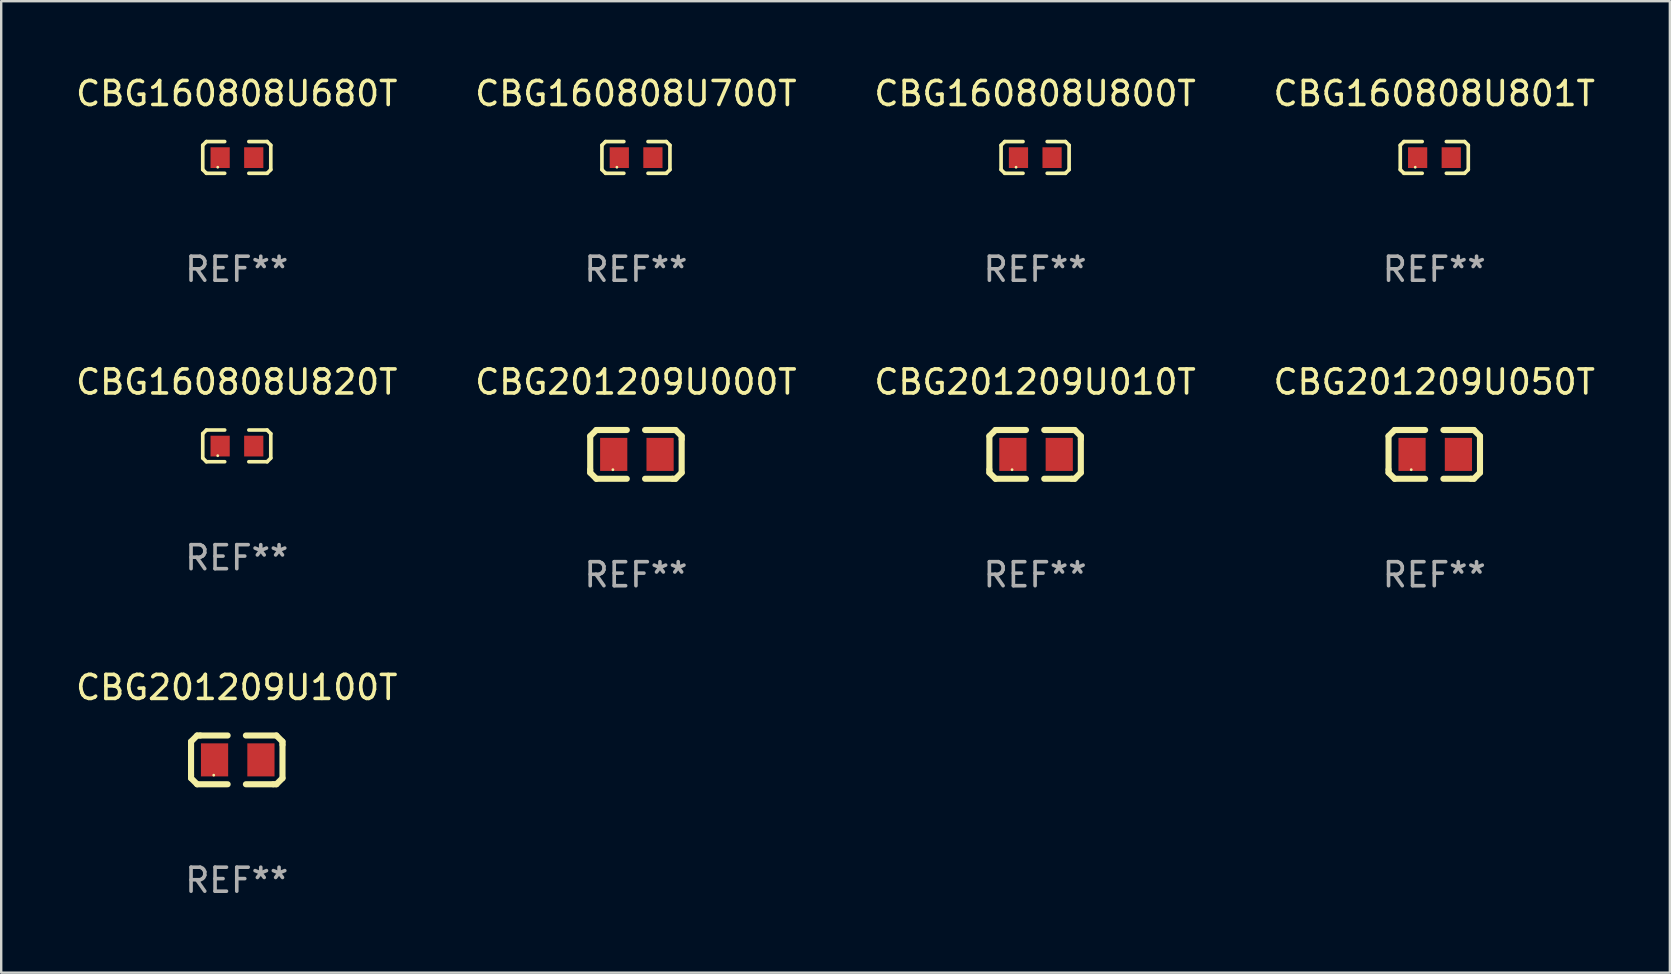
<source format=kicad_pcb>
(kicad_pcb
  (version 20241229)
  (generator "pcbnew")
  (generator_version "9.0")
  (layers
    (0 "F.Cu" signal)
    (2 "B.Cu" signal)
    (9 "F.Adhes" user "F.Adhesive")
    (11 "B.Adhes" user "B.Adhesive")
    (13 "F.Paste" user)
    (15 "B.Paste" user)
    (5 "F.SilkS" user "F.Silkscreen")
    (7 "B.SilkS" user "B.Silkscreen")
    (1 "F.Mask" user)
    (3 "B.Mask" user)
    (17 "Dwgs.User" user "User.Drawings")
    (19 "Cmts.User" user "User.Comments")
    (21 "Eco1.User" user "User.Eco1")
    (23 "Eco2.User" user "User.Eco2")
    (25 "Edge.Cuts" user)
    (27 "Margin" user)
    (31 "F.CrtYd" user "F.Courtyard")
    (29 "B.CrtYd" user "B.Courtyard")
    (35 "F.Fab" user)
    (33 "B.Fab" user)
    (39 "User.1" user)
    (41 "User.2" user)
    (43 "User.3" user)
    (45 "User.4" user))
  (footprint "CBG160808U700T"
    (layer "F.Cu")
    (at 23.446 3.509)
    (property "Reference" "CBG160808U700T" (at 0 -2.661 0) (layer "F.SilkS") (effects (font (size 1 1) (thickness 0.15))))
    (attr through_hole)
    (fp_line (start -1.417 -0.508) (end -1.265 -0.661) (stroke (width 0.152) (type solid)) (layer "F.SilkS"))
    (fp_line (start -1.417 0.508) (end -1.417 -0.508) (stroke (width 0.152) (type solid)) (layer "F.SilkS"))
    (fp_line (start -1.265 -0.661) (end -0.503 -0.661) (stroke (width 0.152) (type solid)) (layer "F.SilkS"))
    (fp_line (start -1.265 0.661) (end -1.417 0.508) (stroke (width 0.152) (type solid)) (layer "F.SilkS"))
    (fp_line (start -1.265 0.661) (end -0.503 0.661) (stroke (width 0.152) (type solid)) (layer "F.SilkS"))
    (fp_line (start 1.265 -0.661) (end 0.503 -0.661) (stroke (width 0.152) (type solid)) (layer "F.SilkS"))
    (fp_line (start 1.265 -0.661) (end 1.417 -0.508) (stroke (width 0.152) (type solid)) (layer "F.SilkS"))
    (fp_line (start 1.265 0.661) (end 0.503 0.661) (stroke (width 0.152) (type solid)) (layer "F.SilkS"))
    (fp_line (start 1.417 -0.508) (end 1.417 0.508) (stroke (width 0.152) (type solid)) (layer "F.SilkS"))
    (fp_line (start 1.417 0.508) (end 1.265 0.661) (stroke (width 0.152) (type solid)) (layer "F.SilkS"))
    (fp_circle (center -0.793 0.409) (end -0.763 0.409) (stroke (width 0.06) (type solid)) (fill no) (layer "F.SilkS"))
    (fp_text user "REF**" (at 0 4.661 0) (layer "F.Fab") (effects (font (size 1 1) (thickness 0.15))))
    (pad "1" smd rect (at -0.693 0.009 180) (size 0.8 0.864) (layers "F.Cu" "F.Mask" "F.Paste"))
    (pad "2" smd rect (at 0.707 0.009 180) (size 0.8 0.864) (layers "F.Cu" "F.Mask" "F.Paste")))
  (footprint "CBG201209U100T"
    (layer "F.Cu")
    (at 6.815 28.61)
    (property "Reference" "CBG201209U100T" (at 0 -3.016 0) (layer "F.SilkS") (effects (font (size 1 1) (thickness 0.15))))
    (attr through_hole)
    (fp_line (start -1.905 -0.762) (end -1.905 0.635) (stroke (width 0.254) (type solid)) (layer "F.SilkS"))
    (fp_line (start -1.905 0.635) (end -1.905 0.762) (stroke (width 0.254) (type solid)) (layer "F.SilkS"))
    (fp_line (start -1.905 0.762) (end -1.651 1.016) (stroke (width 0.254) (type solid)) (layer "F.SilkS"))
    (fp_line (start -1.651 -1.016) (end -1.905 -0.762) (stroke (width 0.254) (type solid)) (layer "F.SilkS"))
    (fp_line (start -1.651 1.016) (end -0.381 1.016) (stroke (width 0.254) (type solid)) (layer "F.SilkS"))
    (fp_line (start -1.524 -1.016) (end -1.651 -1.016) (stroke (width 0.254) (type solid)) (layer "F.SilkS"))
    (fp_line (start -0.381 -1.016) (end -1.524 -1.016) (stroke (width 0.254) (type solid)) (layer "F.SilkS"))
    (fp_line (start 0.381 1.016) (end 1.524 1.016) (stroke (width 0.254) (type solid)) (layer "F.SilkS"))
    (fp_line (start 1.524 1.016) (end 1.651 1.016) (stroke (width 0.254) (type solid)) (layer "F.SilkS"))
    (fp_line (start 1.651 -1.016) (end 0.381 -1.016) (stroke (width 0.254) (type solid)) (layer "F.SilkS"))
    (fp_line (start 1.651 1.016) (end 1.905 0.762) (stroke (width 0.254) (type solid)) (layer "F.SilkS"))
    (fp_line (start 1.905 -0.762) (end 1.651 -1.016) (stroke (width 0.254) (type solid)) (layer "F.SilkS"))
    (fp_line (start 1.905 -0.635) (end 1.905 -0.762) (stroke (width 0.254) (type solid)) (layer "F.SilkS"))
    (fp_line (start 1.905 0.762) (end 1.905 -0.635) (stroke (width 0.254) (type solid)) (layer "F.SilkS"))
    (fp_circle (center -0.96 0.637) (end -0.93 0.637) (stroke (width 0.06) (type solid)) (fill no) (layer "F.SilkS"))
    (fp_text user "REF**" (at 0 5.016 0) (layer "F.Fab") (effects (font (size 1 1) (thickness 0.15))))
    (pad "1" smd rect (at -0.926 -0.000051) (size 1.133 1.377) (layers "F.Cu" "F.Mask" "F.Paste"))
    (pad "2" smd rect (at 1.006 -0.000051) (size 1.133 1.377) (layers "F.Cu" "F.Mask" "F.Paste")))
  (footprint "CBG201209U010T"
    (layer "F.Cu")
    (at 40.077 15.882)
    (property "Reference" "CBG201209U010T" (at 0 -3.016 0) (layer "F.SilkS") (effects (font (size 1 1) (thickness 0.15))))
    (attr through_hole)
    (fp_line (start -1.905 -0.762) (end -1.905 0.635) (stroke (width 0.254) (type solid)) (layer "F.SilkS"))
    (fp_line (start -1.905 0.635) (end -1.905 0.762) (stroke (width 0.254) (type solid)) (layer "F.SilkS"))
    (fp_line (start -1.905 0.762) (end -1.651 1.016) (stroke (width 0.254) (type solid)) (layer "F.SilkS"))
    (fp_line (start -1.651 -1.016) (end -1.905 -0.762) (stroke (width 0.254) (type solid)) (layer "F.SilkS"))
    (fp_line (start -1.651 1.016) (end -0.381 1.016) (stroke (width 0.254) (type solid)) (layer "F.SilkS"))
    (fp_line (start -1.524 -1.016) (end -1.651 -1.016) (stroke (width 0.254) (type solid)) (layer "F.SilkS"))
    (fp_line (start -0.381 -1.016) (end -1.524 -1.016) (stroke (width 0.254) (type solid)) (layer "F.SilkS"))
    (fp_line (start 0.381 1.016) (end 1.524 1.016) (stroke (width 0.254) (type solid)) (layer "F.SilkS"))
    (fp_line (start 1.524 1.016) (end 1.651 1.016) (stroke (width 0.254) (type solid)) (layer "F.SilkS"))
    (fp_line (start 1.651 -1.016) (end 0.381 -1.016) (stroke (width 0.254) (type solid)) (layer "F.SilkS"))
    (fp_line (start 1.651 1.016) (end 1.905 0.762) (stroke (width 0.254) (type solid)) (layer "F.SilkS"))
    (fp_line (start 1.905 -0.762) (end 1.651 -1.016) (stroke (width 0.254) (type solid)) (layer "F.SilkS"))
    (fp_line (start 1.905 -0.635) (end 1.905 -0.762) (stroke (width 0.254) (type solid)) (layer "F.SilkS"))
    (fp_line (start 1.905 0.762) (end 1.905 -0.635) (stroke (width 0.254) (type solid)) (layer "F.SilkS"))
    (fp_circle (center -0.96 0.637) (end -0.93 0.637) (stroke (width 0.06) (type solid)) (fill no) (layer "F.SilkS"))
    (fp_text user "REF**" (at 0 5.016 0) (layer "F.Fab") (effects (font (size 1 1) (thickness 0.15))))
    (pad "1" smd rect (at -0.926 -0.000051) (size 1.133 1.377) (layers "F.Cu" "F.Mask" "F.Paste"))
    (pad "2" smd rect (at 1.006 -0.000051) (size 1.133 1.377) (layers "F.Cu" "F.Mask" "F.Paste")))
  (footprint "CBG160808U800T"
    (layer "F.Cu")
    (at 40.077 3.509)
    (property "Reference" "CBG160808U800T" (at 0 -2.661 0) (layer "F.SilkS") (effects (font (size 1 1) (thickness 0.15))))
    (attr through_hole)
    (fp_line (start -1.417 -0.508) (end -1.265 -0.661) (stroke (width 0.152) (type solid)) (layer "F.SilkS"))
    (fp_line (start -1.417 0.508) (end -1.417 -0.508) (stroke (width 0.152) (type solid)) (layer "F.SilkS"))
    (fp_line (start -1.265 -0.661) (end -0.503 -0.661) (stroke (width 0.152) (type solid)) (layer "F.SilkS"))
    (fp_line (start -1.265 0.661) (end -1.417 0.508) (stroke (width 0.152) (type solid)) (layer "F.SilkS"))
    (fp_line (start -1.265 0.661) (end -0.503 0.661) (stroke (width 0.152) (type solid)) (layer "F.SilkS"))
    (fp_line (start 1.265 -0.661) (end 0.503 -0.661) (stroke (width 0.152) (type solid)) (layer "F.SilkS"))
    (fp_line (start 1.265 -0.661) (end 1.417 -0.508) (stroke (width 0.152) (type solid)) (layer "F.SilkS"))
    (fp_line (start 1.265 0.661) (end 0.503 0.661) (stroke (width 0.152) (type solid)) (layer "F.SilkS"))
    (fp_line (start 1.417 -0.508) (end 1.417 0.508) (stroke (width 0.152) (type solid)) (layer "F.SilkS"))
    (fp_line (start 1.417 0.508) (end 1.265 0.661) (stroke (width 0.152) (type solid)) (layer "F.SilkS"))
    (fp_circle (center -0.793 0.409) (end -0.763 0.409) (stroke (width 0.06) (type solid)) (fill no) (layer "F.SilkS"))
    (fp_text user "REF**" (at 0 4.661 0) (layer "F.Fab") (effects (font (size 1 1) (thickness 0.15))))
    (pad "1" smd rect (at -0.693 0.009 180) (size 0.8 0.864) (layers "F.Cu" "F.Mask" "F.Paste"))
    (pad "2" smd rect (at 0.707 0.009 180) (size 0.8 0.864) (layers "F.Cu" "F.Mask" "F.Paste")))
  (footprint "CBG160808U801T"
    (layer "F.Cu")
    (at 56.708 3.509)
    (property "Reference" "CBG160808U801T" (at 0 -2.661 0) (layer "F.SilkS") (effects (font (size 1 1) (thickness 0.15))))
    (attr through_hole)
    (fp_line (start -1.417 -0.508) (end -1.265 -0.661) (stroke (width 0.152) (type solid)) (layer "F.SilkS"))
    (fp_line (start -1.417 0.508) (end -1.417 -0.508) (stroke (width 0.152) (type solid)) (layer "F.SilkS"))
    (fp_line (start -1.265 -0.661) (end -0.503 -0.661) (stroke (width 0.152) (type solid)) (layer "F.SilkS"))
    (fp_line (start -1.265 0.661) (end -1.417 0.508) (stroke (width 0.152) (type solid)) (layer "F.SilkS"))
    (fp_line (start -1.265 0.661) (end -0.503 0.661) (stroke (width 0.152) (type solid)) (layer "F.SilkS"))
    (fp_line (start 1.265 -0.661) (end 0.503 -0.661) (stroke (width 0.152) (type solid)) (layer "F.SilkS"))
    (fp_line (start 1.265 -0.661) (end 1.417 -0.508) (stroke (width 0.152) (type solid)) (layer "F.SilkS"))
    (fp_line (start 1.265 0.661) (end 0.503 0.661) (stroke (width 0.152) (type solid)) (layer "F.SilkS"))
    (fp_line (start 1.417 -0.508) (end 1.417 0.508) (stroke (width 0.152) (type solid)) (layer "F.SilkS"))
    (fp_line (start 1.417 0.508) (end 1.265 0.661) (stroke (width 0.152) (type solid)) (layer "F.SilkS"))
    (fp_circle (center -0.793 0.409) (end -0.763 0.409) (stroke (width 0.06) (type solid)) (fill no) (layer "F.SilkS"))
    (fp_text user "REF**" (at 0 4.661 0) (layer "F.Fab") (effects (font (size 1 1) (thickness 0.15))))
    (pad "1" smd rect (at -0.693 0.009 180) (size 0.8 0.864) (layers "F.Cu" "F.Mask" "F.Paste"))
    (pad "2" smd rect (at 0.707 0.009 180) (size 0.8 0.864) (layers "F.Cu" "F.Mask" "F.Paste")))
  (footprint "CBG160808U820T"
    (layer "F.Cu")
    (at 6.815 15.527)
    (property "Reference" "CBG160808U820T" (at 0 -2.661 0) (layer "F.SilkS") (effects (font (size 1 1) (thickness 0.15))))
    (attr through_hole)
    (fp_line (start -1.417 -0.508) (end -1.265 -0.661) (stroke (width 0.152) (type solid)) (layer "F.SilkS"))
    (fp_line (start -1.417 0.508) (end -1.417 -0.508) (stroke (width 0.152) (type solid)) (layer "F.SilkS"))
    (fp_line (start -1.265 -0.661) (end -0.503 -0.661) (stroke (width 0.152) (type solid)) (layer "F.SilkS"))
    (fp_line (start -1.265 0.661) (end -1.417 0.508) (stroke (width 0.152) (type solid)) (layer "F.SilkS"))
    (fp_line (start -1.265 0.661) (end -0.503 0.661) (stroke (width 0.152) (type solid)) (layer "F.SilkS"))
    (fp_line (start 1.265 -0.661) (end 0.503 -0.661) (stroke (width 0.152) (type solid)) (layer "F.SilkS"))
    (fp_line (start 1.265 -0.661) (end 1.417 -0.508) (stroke (width 0.152) (type solid)) (layer "F.SilkS"))
    (fp_line (start 1.265 0.661) (end 0.503 0.661) (stroke (width 0.152) (type solid)) (layer "F.SilkS"))
    (fp_line (start 1.417 -0.508) (end 1.417 0.508) (stroke (width 0.152) (type solid)) (layer "F.SilkS"))
    (fp_line (start 1.417 0.508) (end 1.265 0.661) (stroke (width 0.152) (type solid)) (layer "F.SilkS"))
    (fp_circle (center -0.793 0.409) (end -0.763 0.409) (stroke (width 0.06) (type solid)) (fill no) (layer "F.SilkS"))
    (fp_text user "REF**" (at 0 4.661 0) (layer "F.Fab") (effects (font (size 1 1) (thickness 0.15))))
    (pad "1" smd rect (at -0.693 0.009 180) (size 0.8 0.864) (layers "F.Cu" "F.Mask" "F.Paste"))
    (pad "2" smd rect (at 0.707 0.009 180) (size 0.8 0.864) (layers "F.Cu" "F.Mask" "F.Paste")))
  (footprint "CBG201209U000T"
    (layer "F.Cu")
    (at 23.446 15.882)
    (property "Reference" "CBG201209U000T" (at 0 -3.016 0) (layer "F.SilkS") (effects (font (size 1 1) (thickness 0.15))))
    (attr through_hole)
    (fp_line (start -1.905 -0.762) (end -1.905 0.635) (stroke (width 0.254) (type solid)) (layer "F.SilkS"))
    (fp_line (start -1.905 0.635) (end -1.905 0.762) (stroke (width 0.254) (type solid)) (layer "F.SilkS"))
    (fp_line (start -1.905 0.762) (end -1.651 1.016) (stroke (width 0.254) (type solid)) (layer "F.SilkS"))
    (fp_line (start -1.651 -1.016) (end -1.905 -0.762) (stroke (width 0.254) (type solid)) (layer "F.SilkS"))
    (fp_line (start -1.651 1.016) (end -0.381 1.016) (stroke (width 0.254) (type solid)) (layer "F.SilkS"))
    (fp_line (start -1.524 -1.016) (end -1.651 -1.016) (stroke (width 0.254) (type solid)) (layer "F.SilkS"))
    (fp_line (start -0.381 -1.016) (end -1.524 -1.016) (stroke (width 0.254) (type solid)) (layer "F.SilkS"))
    (fp_line (start 0.381 1.016) (end 1.524 1.016) (stroke (width 0.254) (type solid)) (layer "F.SilkS"))
    (fp_line (start 1.524 1.016) (end 1.651 1.016) (stroke (width 0.254) (type solid)) (layer "F.SilkS"))
    (fp_line (start 1.651 -1.016) (end 0.381 -1.016) (stroke (width 0.254) (type solid)) (layer "F.SilkS"))
    (fp_line (start 1.651 1.016) (end 1.905 0.762) (stroke (width 0.254) (type solid)) (layer "F.SilkS"))
    (fp_line (start 1.905 -0.762) (end 1.651 -1.016) (stroke (width 0.254) (type solid)) (layer "F.SilkS"))
    (fp_line (start 1.905 -0.635) (end 1.905 -0.762) (stroke (width 0.254) (type solid)) (layer "F.SilkS"))
    (fp_line (start 1.905 0.762) (end 1.905 -0.635) (stroke (width 0.254) (type solid)) (layer "F.SilkS"))
    (fp_circle (center -0.96 0.637) (end -0.93 0.637) (stroke (width 0.06) (type solid)) (fill no) (layer "F.SilkS"))
    (fp_text user "REF**" (at 0 5.016 0) (layer "F.Fab") (effects (font (size 1 1) (thickness 0.15))))
    (pad "1" smd rect (at -0.926 -0.000051) (size 1.133 1.377) (layers "F.Cu" "F.Mask" "F.Paste"))
    (pad "2" smd rect (at 1.006 -0.000051) (size 1.133 1.377) (layers "F.Cu" "F.Mask" "F.Paste")))
  (footprint "CBG160808U680T"
    (layer "F.Cu")
    (at 6.815 3.509)
    (property "Reference" "CBG160808U680T" (at 0 -2.661 0) (layer "F.SilkS") (effects (font (size 1 1) (thickness 0.15))))
    (attr through_hole)
    (fp_line (start -1.417 -0.508) (end -1.265 -0.661) (stroke (width 0.152) (type solid)) (layer "F.SilkS"))
    (fp_line (start -1.417 0.508) (end -1.417 -0.508) (stroke (width 0.152) (type solid)) (layer "F.SilkS"))
    (fp_line (start -1.265 -0.661) (end -0.503 -0.661) (stroke (width 0.152) (type solid)) (layer "F.SilkS"))
    (fp_line (start -1.265 0.661) (end -1.417 0.508) (stroke (width 0.152) (type solid)) (layer "F.SilkS"))
    (fp_line (start -1.265 0.661) (end -0.503 0.661) (stroke (width 0.152) (type solid)) (layer "F.SilkS"))
    (fp_line (start 1.265 -0.661) (end 0.503 -0.661) (stroke (width 0.152) (type solid)) (layer "F.SilkS"))
    (fp_line (start 1.265 -0.661) (end 1.417 -0.508) (stroke (width 0.152) (type solid)) (layer "F.SilkS"))
    (fp_line (start 1.265 0.661) (end 0.503 0.661) (stroke (width 0.152) (type solid)) (layer "F.SilkS"))
    (fp_line (start 1.417 -0.508) (end 1.417 0.508) (stroke (width 0.152) (type solid)) (layer "F.SilkS"))
    (fp_line (start 1.417 0.508) (end 1.265 0.661) (stroke (width 0.152) (type solid)) (layer "F.SilkS"))
    (fp_circle (center -0.793 0.409) (end -0.763 0.409) (stroke (width 0.06) (type solid)) (fill no) (layer "F.SilkS"))
    (fp_text user "REF**" (at 0 4.661 0) (layer "F.Fab") (effects (font (size 1 1) (thickness 0.15))))
    (pad "1" smd rect (at -0.693 0.009 180) (size 0.8 0.864) (layers "F.Cu" "F.Mask" "F.Paste"))
    (pad "2" smd rect (at 0.707 0.009 180) (size 0.8 0.864) (layers "F.Cu" "F.Mask" "F.Paste")))
  (footprint "CBG201209U050T"
    (layer "F.Cu")
    (at 56.708 15.882)
    (property "Reference" "CBG201209U050T" (at 0 -3.016 0) (layer "F.SilkS") (effects (font (size 1 1) (thickness 0.15))))
    (attr through_hole)
    (fp_line (start -1.905 -0.762) (end -1.905 0.635) (stroke (width 0.254) (type solid)) (layer "F.SilkS"))
    (fp_line (start -1.905 0.635) (end -1.905 0.762) (stroke (width 0.254) (type solid)) (layer "F.SilkS"))
    (fp_line (start -1.905 0.762) (end -1.651 1.016) (stroke (width 0.254) (type solid)) (layer "F.SilkS"))
    (fp_line (start -1.651 -1.016) (end -1.905 -0.762) (stroke (width 0.254) (type solid)) (layer "F.SilkS"))
    (fp_line (start -1.651 1.016) (end -0.381 1.016) (stroke (width 0.254) (type solid)) (layer "F.SilkS"))
    (fp_line (start -1.524 -1.016) (end -1.651 -1.016) (stroke (width 0.254) (type solid)) (layer "F.SilkS"))
    (fp_line (start -0.381 -1.016) (end -1.524 -1.016) (stroke (width 0.254) (type solid)) (layer "F.SilkS"))
    (fp_line (start 0.381 1.016) (end 1.524 1.016) (stroke (width 0.254) (type solid)) (layer "F.SilkS"))
    (fp_line (start 1.524 1.016) (end 1.651 1.016) (stroke (width 0.254) (type solid)) (layer "F.SilkS"))
    (fp_line (start 1.651 -1.016) (end 0.381 -1.016) (stroke (width 0.254) (type solid)) (layer "F.SilkS"))
    (fp_line (start 1.651 1.016) (end 1.905 0.762) (stroke (width 0.254) (type solid)) (layer "F.SilkS"))
    (fp_line (start 1.905 -0.762) (end 1.651 -1.016) (stroke (width 0.254) (type solid)) (layer "F.SilkS"))
    (fp_line (start 1.905 -0.635) (end 1.905 -0.762) (stroke (width 0.254) (type solid)) (layer "F.SilkS"))
    (fp_line (start 1.905 0.762) (end 1.905 -0.635) (stroke (width 0.254) (type solid)) (layer "F.SilkS"))
    (fp_circle (center -0.96 0.637) (end -0.93 0.637) (stroke (width 0.06) (type solid)) (fill no) (layer "F.SilkS"))
    (fp_text user "REF**" (at 0 5.016 0) (layer "F.Fab") (effects (font (size 1 1) (thickness 0.15))))
    (pad "1" smd rect (at -0.926 -0.000051) (size 1.133 1.377) (layers "F.Cu" "F.Mask" "F.Paste"))
    (pad "2" smd rect (at 1.006 -0.000051) (size 1.133 1.377) (layers "F.Cu" "F.Mask" "F.Paste")))
  (gr_rect
    (start -3 -3)
    (end 66.524 37.475)
    (stroke (width 0.1) (type default))
    (fill no)
    (layer "Edge.Cuts")))
</source>
